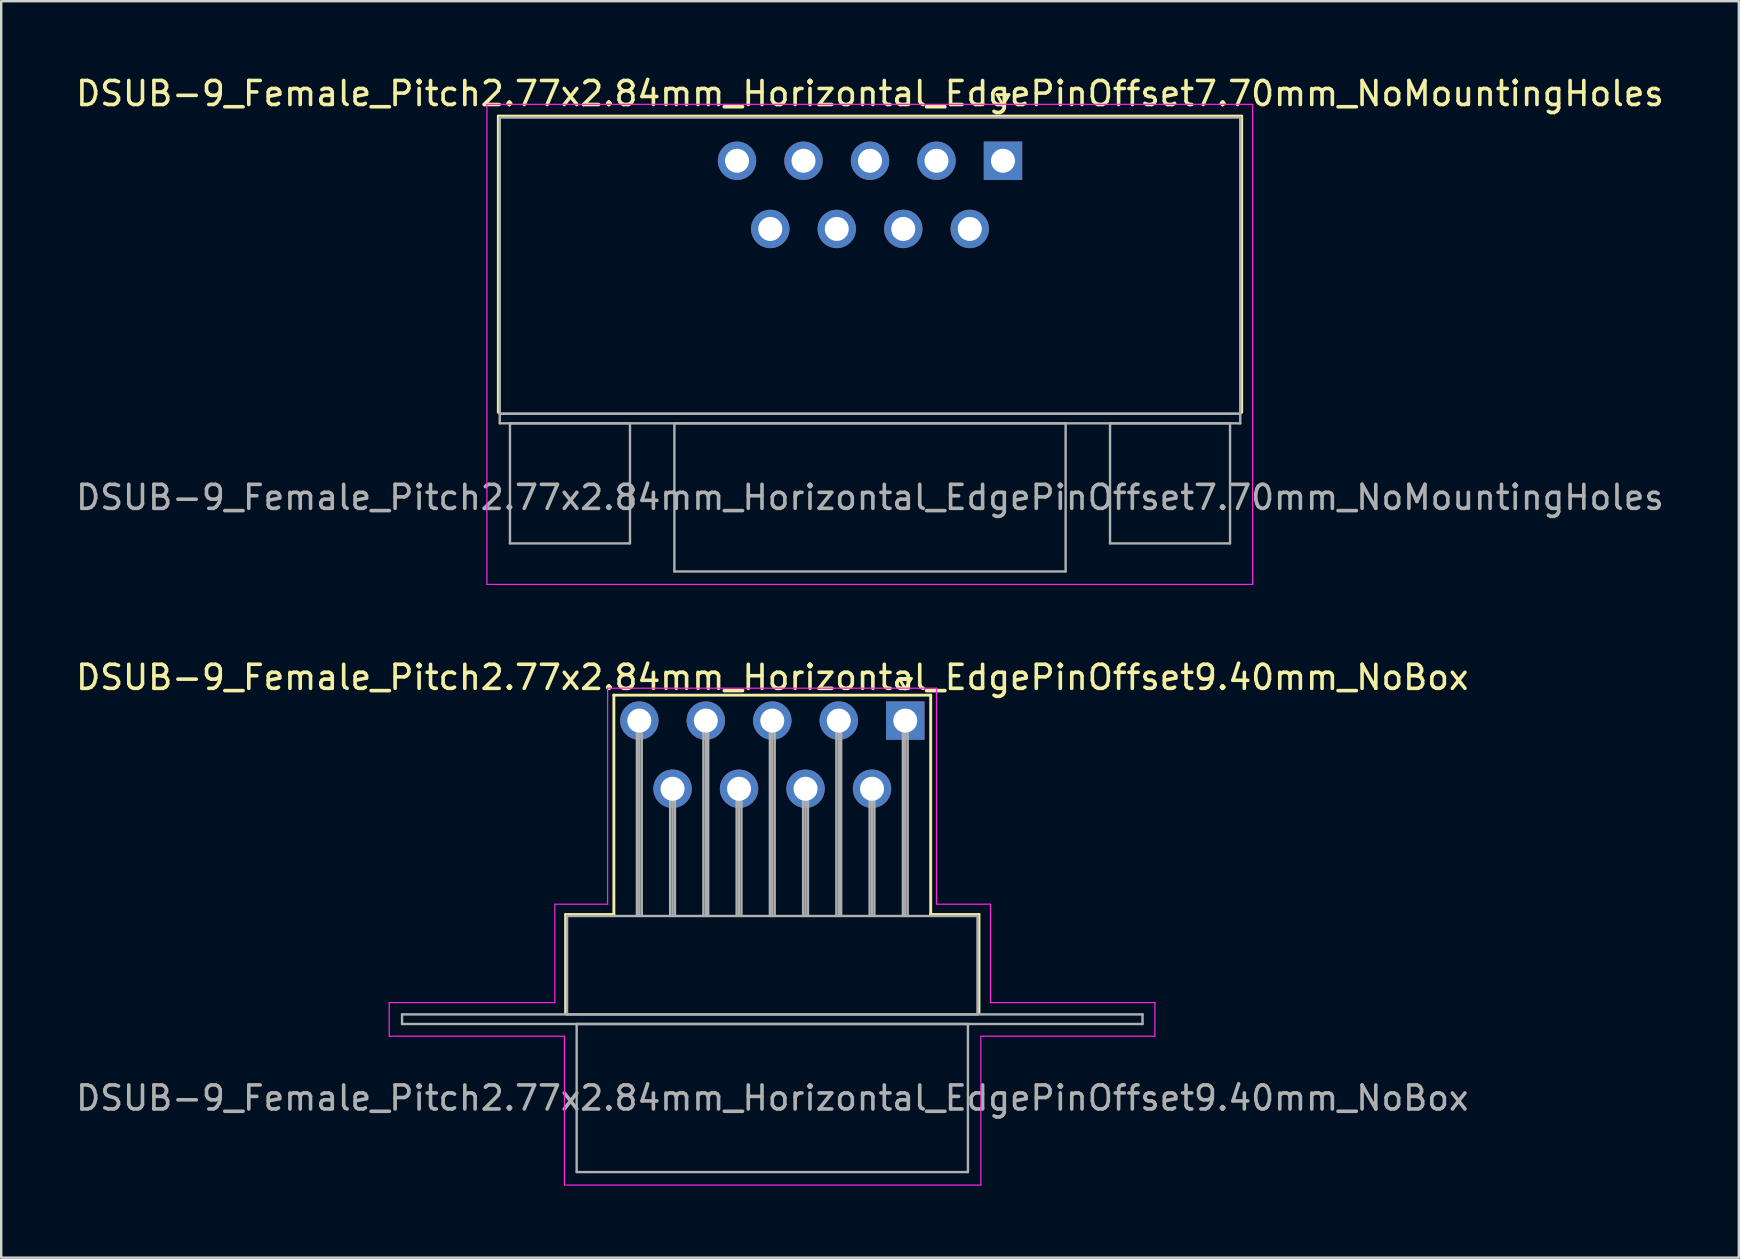
<source format=kicad_pcb>
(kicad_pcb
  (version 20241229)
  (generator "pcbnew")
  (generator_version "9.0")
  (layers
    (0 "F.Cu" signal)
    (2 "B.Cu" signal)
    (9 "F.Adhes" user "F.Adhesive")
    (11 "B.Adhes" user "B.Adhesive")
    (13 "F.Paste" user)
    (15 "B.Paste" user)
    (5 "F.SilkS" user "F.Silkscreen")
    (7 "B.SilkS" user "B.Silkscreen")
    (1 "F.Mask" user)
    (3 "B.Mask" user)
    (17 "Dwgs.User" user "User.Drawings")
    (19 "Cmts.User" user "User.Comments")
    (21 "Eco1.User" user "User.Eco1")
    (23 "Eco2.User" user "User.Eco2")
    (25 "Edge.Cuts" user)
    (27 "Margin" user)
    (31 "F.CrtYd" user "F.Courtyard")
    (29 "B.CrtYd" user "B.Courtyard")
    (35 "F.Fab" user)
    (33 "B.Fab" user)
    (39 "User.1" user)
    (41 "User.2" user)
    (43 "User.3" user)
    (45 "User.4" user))
  (footprint "DSUB-9_Female_Pitch2.77x2.84mm_Horizontal_EdgePinOffset9.40mm_NoBox"
    (layer "F.Cu")
    (at 34.665 26.971)
    (property "Reference" "DSUB-9_Female_Pitch2.77x2.84mm_Horizontal_EdgePinOffset9.40mm_NoBox" (at -5.54 -1.8 0) (layer "F.SilkS") (effects (font (size 1 1) (thickness 0.15))))
    (attr through_hole)
    (fp_line (start -14.15 8.08) (end -12.14 8.08) (stroke (width 0.12) (type solid)) (layer "F.SilkS"))
    (fp_line (start -14.15 12.18) (end -14.15 8.08) (stroke (width 0.12) (type solid)) (layer "F.SilkS"))
    (fp_line (start -12.14 -1.06) (end 1.06 -1.06) (stroke (width 0.12) (type solid)) (layer "F.SilkS"))
    (fp_line (start -12.14 8.08) (end -12.14 -1.06) (stroke (width 0.12) (type solid)) (layer "F.SilkS"))
    (fp_line (start -0.25 -1.754) (end 0.25 -1.754) (stroke (width 0.12) (type solid)) (layer "F.SilkS"))
    (fp_line (start 0 -1.321) (end -0.25 -1.754) (stroke (width 0.12) (type solid)) (layer "F.SilkS"))
    (fp_line (start 0.25 -1.754) (end 0 -1.321) (stroke (width 0.12) (type solid)) (layer "F.SilkS"))
    (fp_line (start 1.06 -1.06) (end 1.06 8.08) (stroke (width 0.12) (type solid)) (layer "F.SilkS"))
    (fp_line (start 1.06 8.08) (end 3.07 8.08) (stroke (width 0.12) (type solid)) (layer "F.SilkS"))
    (fp_line (start 3.07 8.08) (end 3.07 12.18) (stroke (width 0.12) (type solid)) (layer "F.SilkS"))
    (fp_line (start -21.5 11.75) (end -14.6 11.75) (stroke (width 0.05) (type solid)) (layer "F.CrtYd"))
    (fp_line (start -21.5 13.15) (end -21.5 11.75) (stroke (width 0.05) (type solid)) (layer "F.CrtYd"))
    (fp_line (start -14.6 7.65) (end -12.4 7.65) (stroke (width 0.05) (type solid)) (layer "F.CrtYd"))
    (fp_line (start -14.6 11.75) (end -14.6 7.65) (stroke (width 0.05) (type solid)) (layer "F.CrtYd"))
    (fp_line (start -14.2 13.15) (end -21.5 13.15) (stroke (width 0.05) (type solid)) (layer "F.CrtYd"))
    (fp_line (start -14.2 19.35) (end -14.2 13.15) (stroke (width 0.05) (type solid)) (layer "F.CrtYd"))
    (fp_line (start -12.4 -1.35) (end 1.3 -1.35) (stroke (width 0.05) (type solid)) (layer "F.CrtYd"))
    (fp_line (start -12.4 7.65) (end -12.4 -1.35) (stroke (width 0.05) (type solid)) (layer "F.CrtYd"))
    (fp_line (start 1.3 -1.35) (end 1.3 7.65) (stroke (width 0.05) (type solid)) (layer "F.CrtYd"))
    (fp_line (start 1.3 7.65) (end 3.55 7.65) (stroke (width 0.05) (type solid)) (layer "F.CrtYd"))
    (fp_line (start 3.15 13.15) (end 3.15 19.35) (stroke (width 0.05) (type solid)) (layer "F.CrtYd"))
    (fp_line (start 3.15 19.35) (end -14.2 19.35) (stroke (width 0.05) (type solid)) (layer "F.CrtYd"))
    (fp_line (start 3.55 7.65) (end 3.55 11.75) (stroke (width 0.05) (type solid)) (layer "F.CrtYd"))
    (fp_line (start 3.55 11.75) (end 10.4 11.75) (stroke (width 0.05) (type solid)) (layer "F.CrtYd"))
    (fp_line (start 10.4 11.75) (end 10.4 13.15) (stroke (width 0.05) (type solid)) (layer "F.CrtYd"))
    (fp_line (start 10.4 13.15) (end 3.15 13.15) (stroke (width 0.05) (type solid)) (layer "F.CrtYd"))
    (fp_line (start -20.965 12.24) (end -20.965 12.64) (stroke (width 0.1) (type solid)) (layer "F.Fab"))
    (fp_line (start -20.965 12.64) (end 9.885 12.64) (stroke (width 0.1) (type solid)) (layer "F.Fab"))
    (fp_line (start -14.09 8.14) (end -14.09 12.24) (stroke (width 0.1) (type solid)) (layer "F.Fab"))
    (fp_line (start -14.09 12.24) (end 3.01 12.24) (stroke (width 0.1) (type solid)) (layer "F.Fab"))
    (fp_line (start -13.69 12.64) (end -13.69 18.81) (stroke (width 0.1) (type solid)) (layer "F.Fab"))
    (fp_line (start -13.69 18.81) (end 2.61 18.81) (stroke (width 0.1) (type solid)) (layer "F.Fab"))
    (fp_line (start -11.18 0) (end -11.18 8.14) (stroke (width 0.1) (type solid)) (layer "F.Fab"))
    (fp_line (start -11.08 0) (end -11.08 8.14) (stroke (width 0.1) (type solid)) (layer "F.Fab"))
    (fp_line (start -10.98 0) (end -10.98 8.14) (stroke (width 0.1) (type solid)) (layer "F.Fab"))
    (fp_line (start -9.795 2.84) (end -9.795 8.14) (stroke (width 0.1) (type solid)) (layer "F.Fab"))
    (fp_line (start -9.695 2.84) (end -9.695 8.14) (stroke (width 0.1) (type solid)) (layer "F.Fab"))
    (fp_line (start -9.595 2.84) (end -9.595 8.14) (stroke (width 0.1) (type solid)) (layer "F.Fab"))
    (fp_line (start -8.41 0) (end -8.41 8.14) (stroke (width 0.1) (type solid)) (layer "F.Fab"))
    (fp_line (start -8.31 0) (end -8.31 8.14) (stroke (width 0.1) (type solid)) (layer "F.Fab"))
    (fp_line (start -8.21 0) (end -8.21 8.14) (stroke (width 0.1) (type solid)) (layer "F.Fab"))
    (fp_line (start -7.025 2.84) (end -7.025 8.14) (stroke (width 0.1) (type solid)) (layer "F.Fab"))
    (fp_line (start -6.925 2.84) (end -6.925 8.14) (stroke (width 0.1) (type solid)) (layer "F.Fab"))
    (fp_line (start -6.825 2.84) (end -6.825 8.14) (stroke (width 0.1) (type solid)) (layer "F.Fab"))
    (fp_line (start -5.64 0) (end -5.64 8.14) (stroke (width 0.1) (type solid)) (layer "F.Fab"))
    (fp_line (start -5.54 0) (end -5.54 8.14) (stroke (width 0.1) (type solid)) (layer "F.Fab"))
    (fp_line (start -5.44 0) (end -5.44 8.14) (stroke (width 0.1) (type solid)) (layer "F.Fab"))
    (fp_line (start -4.255 2.84) (end -4.255 8.14) (stroke (width 0.1) (type solid)) (layer "F.Fab"))
    (fp_line (start -4.155 2.84) (end -4.155 8.14) (stroke (width 0.1) (type solid)) (layer "F.Fab"))
    (fp_line (start -4.055 2.84) (end -4.055 8.14) (stroke (width 0.1) (type solid)) (layer "F.Fab"))
    (fp_line (start -2.87 0) (end -2.87 8.14) (stroke (width 0.1) (type solid)) (layer "F.Fab"))
    (fp_line (start -2.77 0) (end -2.77 8.14) (stroke (width 0.1) (type solid)) (layer "F.Fab"))
    (fp_line (start -2.67 0) (end -2.67 8.14) (stroke (width 0.1) (type solid)) (layer "F.Fab"))
    (fp_line (start -1.485 2.84) (end -1.485 8.14) (stroke (width 0.1) (type solid)) (layer "F.Fab"))
    (fp_line (start -1.385 2.84) (end -1.385 8.14) (stroke (width 0.1) (type solid)) (layer "F.Fab"))
    (fp_line (start -1.285 2.84) (end -1.285 8.14) (stroke (width 0.1) (type solid)) (layer "F.Fab"))
    (fp_line (start -0.1 0) (end -0.1 8.14) (stroke (width 0.1) (type solid)) (layer "F.Fab"))
    (fp_line (start 0 0) (end 0 8.14) (stroke (width 0.1) (type solid)) (layer "F.Fab"))
    (fp_line (start 0.1 0) (end 0.1 8.14) (stroke (width 0.1) (type solid)) (layer "F.Fab"))
    (fp_line (start 2.61 12.64) (end -13.69 12.64) (stroke (width 0.1) (type solid)) (layer "F.Fab"))
    (fp_line (start 2.61 18.81) (end 2.61 12.64) (stroke (width 0.1) (type solid)) (layer "F.Fab"))
    (fp_line (start 3.01 8.14) (end -14.09 8.14) (stroke (width 0.1) (type solid)) (layer "F.Fab"))
    (fp_line (start 3.01 12.24) (end 3.01 8.14) (stroke (width 0.1) (type solid)) (layer "F.Fab"))
    (fp_line (start 9.885 12.24) (end -20.965 12.24) (stroke (width 0.1) (type solid)) (layer "F.Fab"))
    (fp_line (start 9.885 12.64) (end 9.885 12.24) (stroke (width 0.1) (type solid)) (layer "F.Fab"))
    (fp_text user "${REFERENCE}" (at -5.54 15.725 0) (layer "F.Fab") (effects (font (size 1 1) (thickness 0.15))))
    (pad "1" thru_hole rect (at 0 0) (size 1.6 1.6) (drill 1) (layers "*.Cu" "*.Mask"))
    (pad "2" thru_hole circle (at -2.77 0) (size 1.6 1.6) (drill 1) (layers "*.Cu" "*.Mask"))
    (pad "3" thru_hole circle (at -5.54 0) (size 1.6 1.6) (drill 1) (layers "*.Cu" "*.Mask"))
    (pad "4" thru_hole circle (at -8.31 0) (size 1.6 1.6) (drill 1) (layers "*.Cu" "*.Mask"))
    (pad "5" thru_hole circle (at -11.08 0) (size 1.6 1.6) (drill 1) (layers "*.Cu" "*.Mask"))
    (pad "6" thru_hole circle (at -1.385 2.84) (size 1.6 1.6) (drill 1) (layers "*.Cu" "*.Mask"))
    (pad "7" thru_hole circle (at -4.155 2.84) (size 1.6 1.6) (drill 1) (layers "*.Cu" "*.Mask"))
    (pad "8" thru_hole circle (at -6.925 2.84) (size 1.6 1.6) (drill 1) (layers "*.Cu" "*.Mask"))
    (pad "9" thru_hole circle (at -9.695 2.84) (size 1.6 1.6) (drill 1) (layers "*.Cu" "*.Mask")))
  (footprint "DSUB-9_Female_Pitch2.77x2.84mm_Horizontal_EdgePinOffset7.70mm_NoMountingHoles"
    (layer "F.Cu")
    (at 38.736 3.648)
    (property "Reference" "DSUB-9_Female_Pitch2.77x2.84mm_Horizontal_EdgePinOffset7.70mm_NoMountingHoles" (at -5.54 -2.8 0) (layer "F.SilkS") (effects (font (size 1 1) (thickness 0.15))))
    (attr through_hole)
    (fp_line (start -21.025 -1.86) (end 9.945 -1.86) (stroke (width 0.12) (type solid)) (layer "F.SilkS"))
    (fp_line (start -21.025 10.48) (end -21.025 -1.86) (stroke (width 0.12) (type solid)) (layer "F.SilkS"))
    (fp_line (start -0.25 -2.754) (end 0.25 -2.754) (stroke (width 0.12) (type solid)) (layer "F.SilkS"))
    (fp_line (start 0 -2.321) (end -0.25 -2.754) (stroke (width 0.12) (type solid)) (layer "F.SilkS"))
    (fp_line (start 0.25 -2.754) (end 0 -2.321) (stroke (width 0.12) (type solid)) (layer "F.SilkS"))
    (fp_line (start 9.945 -1.86) (end 9.945 10.48) (stroke (width 0.12) (type solid)) (layer "F.SilkS"))
    (fp_line (start -21.5 -2.35) (end -21.5 17.65) (stroke (width 0.05) (type solid)) (layer "F.CrtYd"))
    (fp_line (start -21.5 17.65) (end 10.4 17.65) (stroke (width 0.05) (type solid)) (layer "F.CrtYd"))
    (fp_line (start 10.4 -2.35) (end -21.5 -2.35) (stroke (width 0.05) (type solid)) (layer "F.CrtYd"))
    (fp_line (start 10.4 17.65) (end 10.4 -2.35) (stroke (width 0.05) (type solid)) (layer "F.CrtYd"))
    (fp_line (start -20.965 -1.8) (end -20.965 10.54) (stroke (width 0.1) (type solid)) (layer "F.Fab"))
    (fp_line (start -20.965 10.54) (end -20.965 10.94) (stroke (width 0.1) (type solid)) (layer "F.Fab"))
    (fp_line (start -20.965 10.54) (end 9.885 10.54) (stroke (width 0.1) (type solid)) (layer "F.Fab"))
    (fp_line (start -20.965 10.94) (end 9.885 10.94) (stroke (width 0.1) (type solid)) (layer "F.Fab"))
    (fp_line (start -20.54 10.94) (end -20.54 15.94) (stroke (width 0.1) (type solid)) (layer "F.Fab"))
    (fp_line (start -20.54 15.94) (end -15.54 15.94) (stroke (width 0.1) (type solid)) (layer "F.Fab"))
    (fp_line (start -15.54 10.94) (end -20.54 10.94) (stroke (width 0.1) (type solid)) (layer "F.Fab"))
    (fp_line (start -15.54 15.94) (end -15.54 10.94) (stroke (width 0.1) (type solid)) (layer "F.Fab"))
    (fp_line (start -13.69 10.94) (end -13.69 17.11) (stroke (width 0.1) (type solid)) (layer "F.Fab"))
    (fp_line (start -13.69 17.11) (end 2.61 17.11) (stroke (width 0.1) (type solid)) (layer "F.Fab"))
    (fp_line (start 2.61 10.94) (end -13.69 10.94) (stroke (width 0.1) (type solid)) (layer "F.Fab"))
    (fp_line (start 2.61 17.11) (end 2.61 10.94) (stroke (width 0.1) (type solid)) (layer "F.Fab"))
    (fp_line (start 4.46 10.94) (end 4.46 15.94) (stroke (width 0.1) (type solid)) (layer "F.Fab"))
    (fp_line (start 4.46 15.94) (end 9.46 15.94) (stroke (width 0.1) (type solid)) (layer "F.Fab"))
    (fp_line (start 9.46 10.94) (end 4.46 10.94) (stroke (width 0.1) (type solid)) (layer "F.Fab"))
    (fp_line (start 9.46 15.94) (end 9.46 10.94) (stroke (width 0.1) (type solid)) (layer "F.Fab"))
    (fp_line (start 9.885 -1.8) (end -20.965 -1.8) (stroke (width 0.1) (type solid)) (layer "F.Fab"))
    (fp_line (start 9.885 10.54) (end -20.965 10.54) (stroke (width 0.1) (type solid)) (layer "F.Fab"))
    (fp_line (start 9.885 10.54) (end 9.885 -1.8) (stroke (width 0.1) (type solid)) (layer "F.Fab"))
    (fp_line (start 9.885 10.94) (end 9.885 10.54) (stroke (width 0.1) (type solid)) (layer "F.Fab"))
    (fp_text user "${REFERENCE}" (at -5.54 14.025 0) (layer "F.Fab") (effects (font (size 1 1) (thickness 0.15))))
    (pad "1" thru_hole rect (at 0 0) (size 1.6 1.6) (drill 1) (layers "*.Cu" "*.Mask"))
    (pad "2" thru_hole circle (at -2.77 0) (size 1.6 1.6) (drill 1) (layers "*.Cu" "*.Mask"))
    (pad "3" thru_hole circle (at -5.54 0) (size 1.6 1.6) (drill 1) (layers "*.Cu" "*.Mask"))
    (pad "4" thru_hole circle (at -8.31 0) (size 1.6 1.6) (drill 1) (layers "*.Cu" "*.Mask"))
    (pad "5" thru_hole circle (at -11.08 0) (size 1.6 1.6) (drill 1) (layers "*.Cu" "*.Mask"))
    (pad "6" thru_hole circle (at -1.385 2.84) (size 1.6 1.6) (drill 1) (layers "*.Cu" "*.Mask"))
    (pad "7" thru_hole circle (at -4.155 2.84) (size 1.6 1.6) (drill 1) (layers "*.Cu" "*.Mask"))
    (pad "8" thru_hole circle (at -6.925 2.84) (size 1.6 1.6) (drill 1) (layers "*.Cu" "*.Mask"))
    (pad "9" thru_hole circle (at -9.695 2.84) (size 1.6 1.6) (drill 1) (layers "*.Cu" "*.Mask")))
  (gr_rect
    (start -3 -3)
    (end 69.393 49.346)
    (stroke (width 0.1) (type default))
    (fill no)
    (layer "Edge.Cuts")))
</source>
